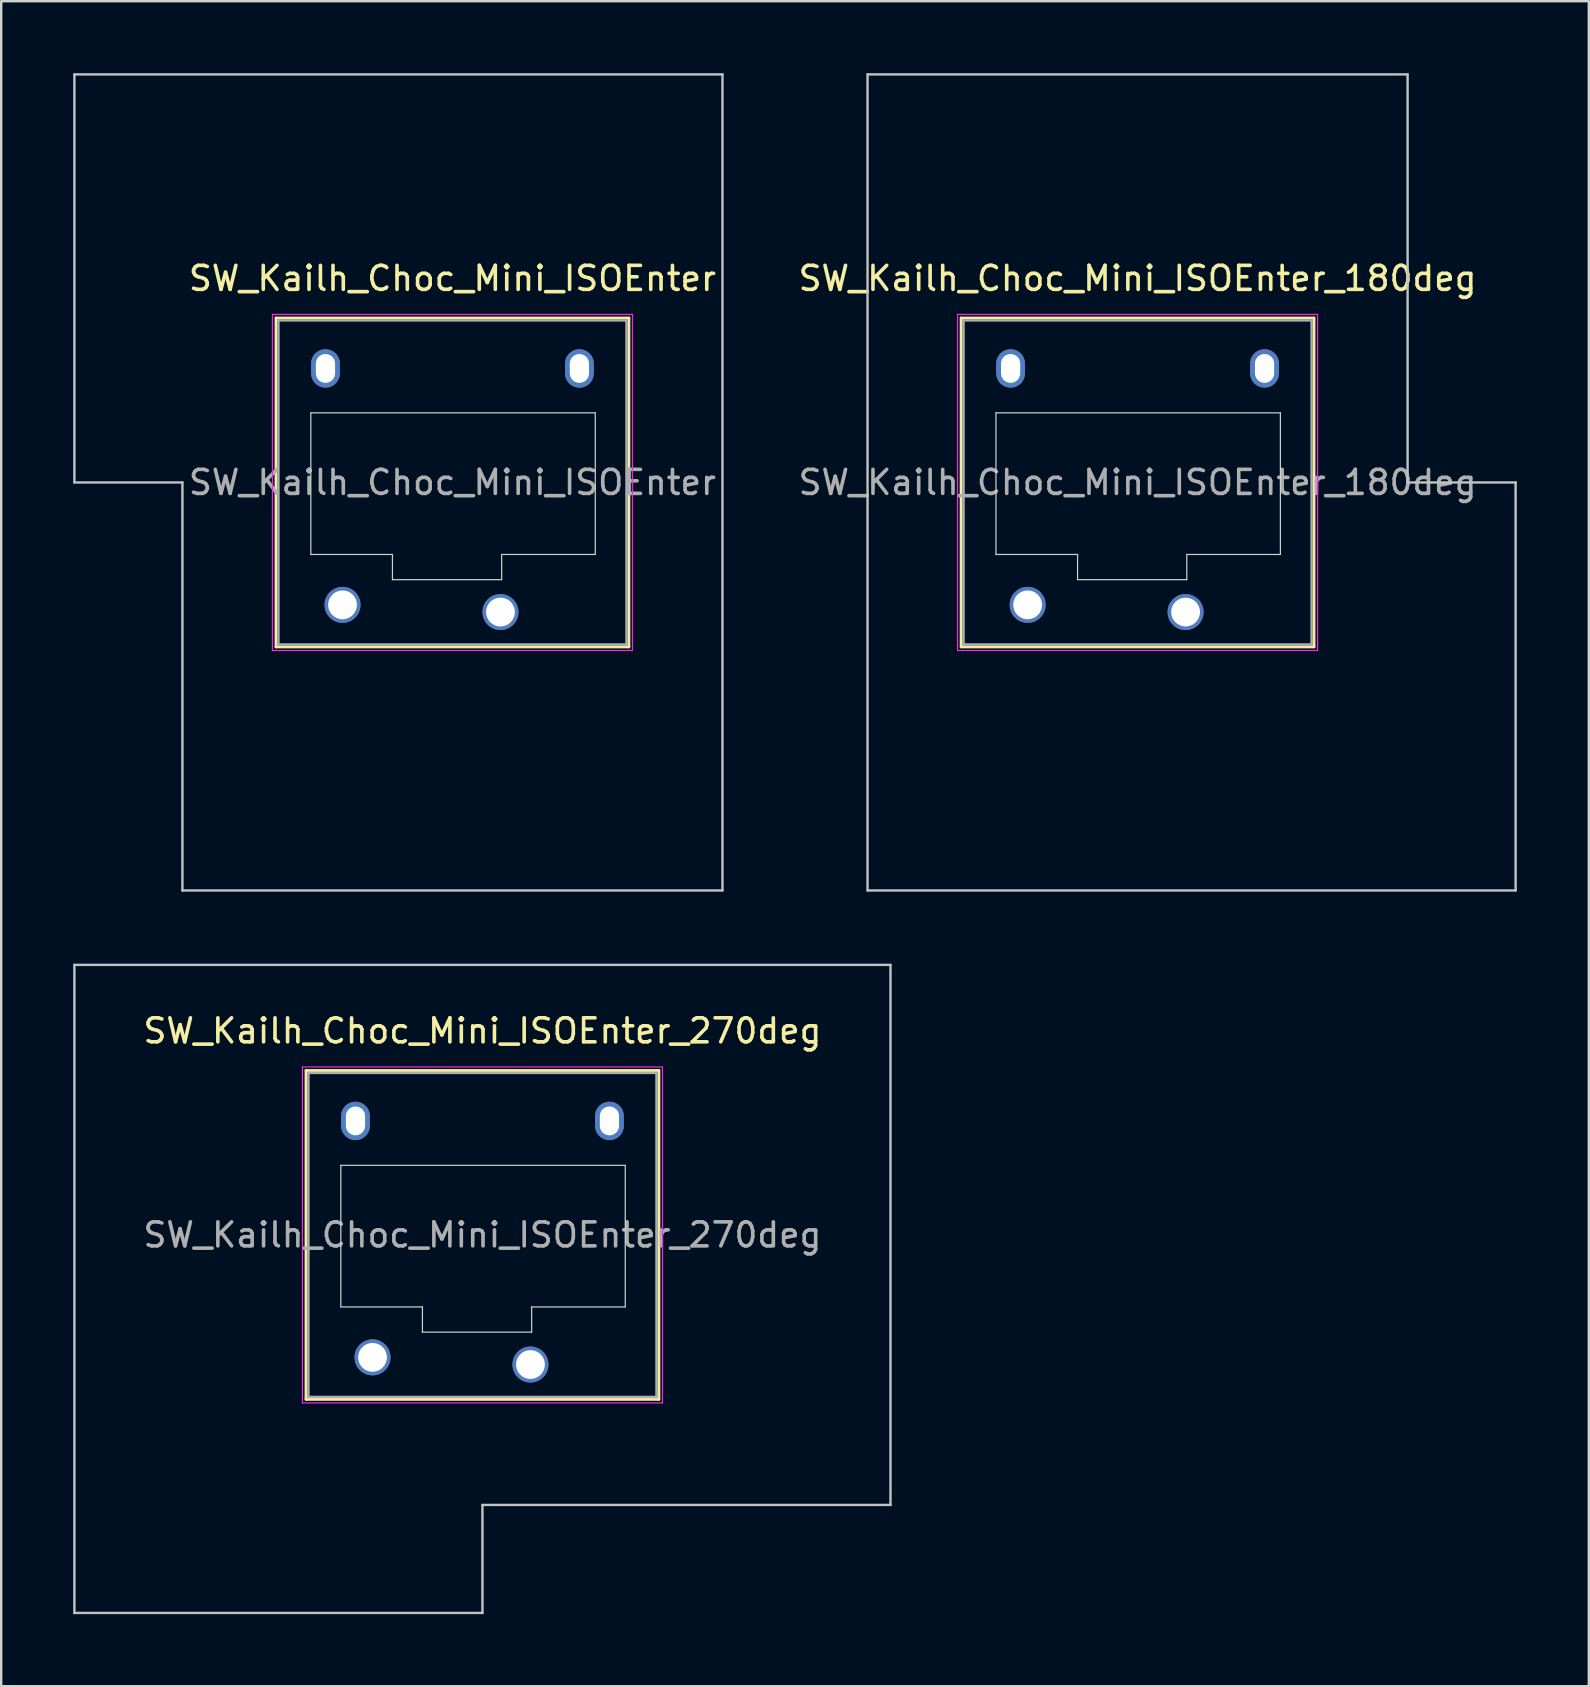
<source format=kicad_pcb>
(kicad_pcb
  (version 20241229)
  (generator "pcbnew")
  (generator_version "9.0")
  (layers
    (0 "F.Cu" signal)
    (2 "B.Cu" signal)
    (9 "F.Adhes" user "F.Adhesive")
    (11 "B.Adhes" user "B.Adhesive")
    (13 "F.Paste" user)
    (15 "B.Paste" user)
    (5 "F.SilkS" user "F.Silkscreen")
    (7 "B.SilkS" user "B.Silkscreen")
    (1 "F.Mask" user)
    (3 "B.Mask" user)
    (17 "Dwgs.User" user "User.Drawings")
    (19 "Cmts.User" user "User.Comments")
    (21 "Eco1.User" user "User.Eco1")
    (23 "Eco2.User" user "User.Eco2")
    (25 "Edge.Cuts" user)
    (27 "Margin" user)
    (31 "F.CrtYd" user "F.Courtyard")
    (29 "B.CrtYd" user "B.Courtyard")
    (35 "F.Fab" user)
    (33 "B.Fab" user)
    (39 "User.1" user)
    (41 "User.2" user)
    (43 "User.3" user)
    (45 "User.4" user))
  (footprint "SW_Kailh_Choc_Mini_ISOEnter"
    (layer "F.Cu")
    (at 15.8 17.05)
    (property "Reference" "SW_Kailh_Choc_Mini_ISOEnter" (at 0 -8.5 0) (layer "F.SilkS") (effects (font (size 1 1) (thickness 0.15))))
    (attr through_hole)
    (fp_line (start -7.35 -6.85) (end -7.35 6.85) (stroke (width 0.12) (type solid)) (layer "F.SilkS"))
    (fp_line (start -7.35 6.85) (end 7.35 6.85) (stroke (width 0.12) (type solid)) (layer "F.SilkS"))
    (fp_line (start 7.35 -6.85) (end -7.35 -6.85) (stroke (width 0.12) (type solid)) (layer "F.SilkS"))
    (fp_line (start 7.35 6.85) (end 7.35 -6.85) (stroke (width 0.12) (type solid)) (layer "F.SilkS"))
    (fp_line (start -15.75 -17) (end -15.75 0) (stroke (width 0.1) (type solid)) (layer "Dwgs.User"))
    (fp_line (start -15.75 0) (end -11.25 0) (stroke (width 0.1) (type solid)) (layer "Dwgs.User"))
    (fp_line (start -11.25 0) (end -11.25 17) (stroke (width 0.1) (type solid)) (layer "Dwgs.User"))
    (fp_line (start -11.25 17) (end 11.25 17) (stroke (width 0.1) (type solid)) (layer "Dwgs.User"))
    (fp_line (start 11.25 -17) (end -15.75 -17) (stroke (width 0.1) (type solid)) (layer "Dwgs.User"))
    (fp_line (start 11.25 17) (end 11.25 -17) (stroke (width 0.1) (type solid)) (layer "Dwgs.User"))
    (fp_line (start -6.85 -6.35) (end -6.85 6.35) (stroke (width 0.1) (type solid)) (layer "Eco1.User"))
    (fp_line (start -6.85 6.35) (end 6.85 6.35) (stroke (width 0.1) (type solid)) (layer "Eco1.User"))
    (fp_line (start 6.85 -6.35) (end -6.85 -6.35) (stroke (width 0.1) (type solid)) (layer "Eco1.User"))
    (fp_line (start 6.85 6.35) (end 6.85 -6.35) (stroke (width 0.1) (type solid)) (layer "Eco1.User"))
    (fp_line (start -5.9 -2.9) (end -5.9 3) (stroke (width 0.05) (type solid)) (layer "Edge.Cuts"))
    (fp_line (start -5.9 3) (end -2.5 3) (stroke (width 0.05) (type solid)) (layer "Edge.Cuts"))
    (fp_line (start -2.5 3) (end -2.5 4.05) (stroke (width 0.05) (type solid)) (layer "Edge.Cuts"))
    (fp_line (start -2.5 4.05) (end 2.05 4.05) (stroke (width 0.05) (type solid)) (layer "Edge.Cuts"))
    (fp_line (start 2.05 3) (end 5.95 3) (stroke (width 0.05) (type solid)) (layer "Edge.Cuts"))
    (fp_line (start 2.05 4.05) (end 2.05 3) (stroke (width 0.05) (type solid)) (layer "Edge.Cuts"))
    (fp_line (start 5.95 -2.9) (end -5.9 -2.9) (stroke (width 0.05) (type solid)) (layer "Edge.Cuts"))
    (fp_line (start 5.95 3) (end 5.95 -2.9) (stroke (width 0.05) (type solid)) (layer "Edge.Cuts"))
    (fp_line (start -7.5 -7) (end -7.5 7) (stroke (width 0.05) (type solid)) (layer "F.CrtYd"))
    (fp_line (start -7.5 7) (end 7.5 7) (stroke (width 0.05) (type solid)) (layer "F.CrtYd"))
    (fp_line (start 7.5 -7) (end -7.5 -7) (stroke (width 0.05) (type solid)) (layer "F.CrtYd"))
    (fp_line (start 7.5 7) (end 7.5 -7) (stroke (width 0.05) (type solid)) (layer "F.CrtYd"))
    (fp_line (start -7.25 -6.75) (end -7.25 6.75) (stroke (width 0.1) (type solid)) (layer "F.Fab"))
    (fp_line (start -7.25 6.75) (end 7.25 6.75) (stroke (width 0.1) (type solid)) (layer "F.Fab"))
    (fp_line (start 7.25 -6.75) (end -7.25 -6.75) (stroke (width 0.1) (type solid)) (layer "F.Fab"))
    (fp_line (start 7.25 6.75) (end 7.25 -6.75) (stroke (width 0.1) (type solid)) (layer "F.Fab"))
    (fp_text user "${REFERENCE}" (at 0 0 0) (layer "F.Fab") (effects (font (size 1 1) (thickness 0.15))))
    (pad "" np_thru_hole oval (at -5.29 -4.75) (size 1.2 1.6) (drill oval 0.8 1.2) (layers "*.Cu" "*.Mask"))
    (pad "" smd circle (at -4.58 5.1) (size 1.25 1.25) (layers "F.Mask"))
    (pad "" smd circle (at 2 5.4) (size 1.25 1.25) (layers "F.Mask"))
    (pad "" np_thru_hole oval (at 5.29 -4.75) (size 1.2 1.6) (drill oval 0.8 1.2) (layers "*.Cu" "*.Mask"))
    (pad "1" thru_hole circle (at 2 5.4) (size 1.5 1.5) (drill 1.2) (layers "*.Cu" "B.Mask"))
    (pad "2" thru_hole circle (at -4.58 5.1) (size 1.5 1.5) (drill 1.2) (layers "*.Cu" "B.Mask")))
  (footprint "SW_Kailh_Choc_Mini_ISOEnter_180deg"
    (layer "F.Cu")
    (at 44.344 17.05)
    (property "Reference" "SW_Kailh_Choc_Mini_ISOEnter_180deg" (at 0 -8.5 0) (layer "F.SilkS") (effects (font (size 1 1) (thickness 0.15))))
    (attr through_hole)
    (fp_line (start -7.35 -6.85) (end -7.35 6.85) (stroke (width 0.12) (type solid)) (layer "F.SilkS"))
    (fp_line (start -7.35 6.85) (end 7.35 6.85) (stroke (width 0.12) (type solid)) (layer "F.SilkS"))
    (fp_line (start 7.35 -6.85) (end -7.35 -6.85) (stroke (width 0.12) (type solid)) (layer "F.SilkS"))
    (fp_line (start 7.35 6.85) (end 7.35 -6.85) (stroke (width 0.12) (type solid)) (layer "F.SilkS"))
    (fp_line (start -11.25 -17) (end -11.25 17) (stroke (width 0.1) (type solid)) (layer "Dwgs.User"))
    (fp_line (start -11.25 17) (end 15.75 17) (stroke (width 0.1) (type solid)) (layer "Dwgs.User"))
    (fp_line (start 11.25 -17) (end -11.25 -17) (stroke (width 0.1) (type solid)) (layer "Dwgs.User"))
    (fp_line (start 11.25 0) (end 11.25 -17) (stroke (width 0.1) (type solid)) (layer "Dwgs.User"))
    (fp_line (start 15.75 0) (end 11.25 0) (stroke (width 0.1) (type solid)) (layer "Dwgs.User"))
    (fp_line (start 15.75 17) (end 15.75 0) (stroke (width 0.1) (type solid)) (layer "Dwgs.User"))
    (fp_line (start -6.85 -6.35) (end -6.85 6.35) (stroke (width 0.1) (type solid)) (layer "Eco1.User"))
    (fp_line (start -6.85 6.35) (end 6.85 6.35) (stroke (width 0.1) (type solid)) (layer "Eco1.User"))
    (fp_line (start 6.85 -6.35) (end -6.85 -6.35) (stroke (width 0.1) (type solid)) (layer "Eco1.User"))
    (fp_line (start 6.85 6.35) (end 6.85 -6.35) (stroke (width 0.1) (type solid)) (layer "Eco1.User"))
    (fp_line (start -5.9 -2.9) (end -5.9 3) (stroke (width 0.05) (type solid)) (layer "Edge.Cuts"))
    (fp_line (start -5.9 3) (end -2.5 3) (stroke (width 0.05) (type solid)) (layer "Edge.Cuts"))
    (fp_line (start -2.5 3) (end -2.5 4.05) (stroke (width 0.05) (type solid)) (layer "Edge.Cuts"))
    (fp_line (start -2.5 4.05) (end 2.05 4.05) (stroke (width 0.05) (type solid)) (layer "Edge.Cuts"))
    (fp_line (start 2.05 3) (end 5.95 3) (stroke (width 0.05) (type solid)) (layer "Edge.Cuts"))
    (fp_line (start 2.05 4.05) (end 2.05 3) (stroke (width 0.05) (type solid)) (layer "Edge.Cuts"))
    (fp_line (start 5.95 -2.9) (end -5.9 -2.9) (stroke (width 0.05) (type solid)) (layer "Edge.Cuts"))
    (fp_line (start 5.95 3) (end 5.95 -2.9) (stroke (width 0.05) (type solid)) (layer "Edge.Cuts"))
    (fp_line (start -7.5 -7) (end -7.5 7) (stroke (width 0.05) (type solid)) (layer "F.CrtYd"))
    (fp_line (start -7.5 7) (end 7.5 7) (stroke (width 0.05) (type solid)) (layer "F.CrtYd"))
    (fp_line (start 7.5 -7) (end -7.5 -7) (stroke (width 0.05) (type solid)) (layer "F.CrtYd"))
    (fp_line (start 7.5 7) (end 7.5 -7) (stroke (width 0.05) (type solid)) (layer "F.CrtYd"))
    (fp_line (start -7.25 -6.75) (end -7.25 6.75) (stroke (width 0.1) (type solid)) (layer "F.Fab"))
    (fp_line (start -7.25 6.75) (end 7.25 6.75) (stroke (width 0.1) (type solid)) (layer "F.Fab"))
    (fp_line (start 7.25 -6.75) (end -7.25 -6.75) (stroke (width 0.1) (type solid)) (layer "F.Fab"))
    (fp_line (start 7.25 6.75) (end 7.25 -6.75) (stroke (width 0.1) (type solid)) (layer "F.Fab"))
    (fp_text user "${REFERENCE}" (at 0 0 0) (layer "F.Fab") (effects (font (size 1 1) (thickness 0.15))))
    (pad "" np_thru_hole oval (at -5.29 -4.75) (size 1.2 1.6) (drill oval 0.8 1.2) (layers "*.Cu" "*.Mask"))
    (pad "" smd circle (at -4.58 5.1) (size 1.25 1.25) (layers "F.Mask"))
    (pad "" smd circle (at 2 5.4) (size 1.25 1.25) (layers "F.Mask"))
    (pad "" np_thru_hole oval (at 5.29 -4.75) (size 1.2 1.6) (drill oval 0.8 1.2) (layers "*.Cu" "*.Mask"))
    (pad "1" thru_hole circle (at 2 5.4) (size 1.5 1.5) (drill 1.2) (layers "*.Cu" "B.Mask"))
    (pad "2" thru_hole circle (at -4.58 5.1) (size 1.5 1.5) (drill 1.2) (layers "*.Cu" "B.Mask")))
  (footprint "SW_Kailh_Choc_Mini_ISOEnter_270deg"
    (layer "F.Cu")
    (at 17.05 48.4)
    (property "Reference" "SW_Kailh_Choc_Mini_ISOEnter_270deg" (at 0 -8.5 0) (layer "F.SilkS") (effects (font (size 1 1) (thickness 0.15))))
    (attr through_hole)
    (fp_line (start -7.35 -6.85) (end -7.35 6.85) (stroke (width 0.12) (type solid)) (layer "F.SilkS"))
    (fp_line (start -7.35 6.85) (end 7.35 6.85) (stroke (width 0.12) (type solid)) (layer "F.SilkS"))
    (fp_line (start 7.35 -6.85) (end -7.35 -6.85) (stroke (width 0.12) (type solid)) (layer "F.SilkS"))
    (fp_line (start 7.35 6.85) (end 7.35 -6.85) (stroke (width 0.12) (type solid)) (layer "F.SilkS"))
    (fp_line (start -17 -11.25) (end -17 15.75) (stroke (width 0.1) (type solid)) (layer "Dwgs.User"))
    (fp_line (start -17 15.75) (end 0 15.75) (stroke (width 0.1) (type solid)) (layer "Dwgs.User"))
    (fp_line (start 0 11.25) (end 17 11.25) (stroke (width 0.1) (type solid)) (layer "Dwgs.User"))
    (fp_line (start 0 15.75) (end 0 11.25) (stroke (width 0.1) (type solid)) (layer "Dwgs.User"))
    (fp_line (start 17 -11.25) (end -17 -11.25) (stroke (width 0.1) (type solid)) (layer "Dwgs.User"))
    (fp_line (start 17 11.25) (end 17 -11.25) (stroke (width 0.1) (type solid)) (layer "Dwgs.User"))
    (fp_line (start -6.85 -6.35) (end -6.85 6.35) (stroke (width 0.1) (type solid)) (layer "Eco1.User"))
    (fp_line (start -6.85 6.35) (end 6.85 6.35) (stroke (width 0.1) (type solid)) (layer "Eco1.User"))
    (fp_line (start 6.85 -6.35) (end -6.85 -6.35) (stroke (width 0.1) (type solid)) (layer "Eco1.User"))
    (fp_line (start 6.85 6.35) (end 6.85 -6.35) (stroke (width 0.1) (type solid)) (layer "Eco1.User"))
    (fp_line (start -5.9 -2.9) (end -5.9 3) (stroke (width 0.05) (type solid)) (layer "Edge.Cuts"))
    (fp_line (start -5.9 3) (end -2.5 3) (stroke (width 0.05) (type solid)) (layer "Edge.Cuts"))
    (fp_line (start -2.5 3) (end -2.5 4.05) (stroke (width 0.05) (type solid)) (layer "Edge.Cuts"))
    (fp_line (start -2.5 4.05) (end 2.05 4.05) (stroke (width 0.05) (type solid)) (layer "Edge.Cuts"))
    (fp_line (start 2.05 3) (end 5.95 3) (stroke (width 0.05) (type solid)) (layer "Edge.Cuts"))
    (fp_line (start 2.05 4.05) (end 2.05 3) (stroke (width 0.05) (type solid)) (layer "Edge.Cuts"))
    (fp_line (start 5.95 -2.9) (end -5.9 -2.9) (stroke (width 0.05) (type solid)) (layer "Edge.Cuts"))
    (fp_line (start 5.95 3) (end 5.95 -2.9) (stroke (width 0.05) (type solid)) (layer "Edge.Cuts"))
    (fp_line (start -7.5 -7) (end -7.5 7) (stroke (width 0.05) (type solid)) (layer "F.CrtYd"))
    (fp_line (start -7.5 7) (end 7.5 7) (stroke (width 0.05) (type solid)) (layer "F.CrtYd"))
    (fp_line (start 7.5 -7) (end -7.5 -7) (stroke (width 0.05) (type solid)) (layer "F.CrtYd"))
    (fp_line (start 7.5 7) (end 7.5 -7) (stroke (width 0.05) (type solid)) (layer "F.CrtYd"))
    (fp_line (start -7.25 -6.75) (end -7.25 6.75) (stroke (width 0.1) (type solid)) (layer "F.Fab"))
    (fp_line (start -7.25 6.75) (end 7.25 6.75) (stroke (width 0.1) (type solid)) (layer "F.Fab"))
    (fp_line (start 7.25 -6.75) (end -7.25 -6.75) (stroke (width 0.1) (type solid)) (layer "F.Fab"))
    (fp_line (start 7.25 6.75) (end 7.25 -6.75) (stroke (width 0.1) (type solid)) (layer "F.Fab"))
    (fp_text user "${REFERENCE}" (at 0 0 0) (layer "F.Fab") (effects (font (size 1 1) (thickness 0.15))))
    (pad "" np_thru_hole oval (at -5.29 -4.75) (size 1.2 1.6) (drill oval 0.8 1.2) (layers "*.Cu" "*.Mask"))
    (pad "" smd circle (at -4.58 5.1) (size 1.25 1.25) (layers "F.Mask"))
    (pad "" smd circle (at 2 5.4) (size 1.25 1.25) (layers "F.Mask"))
    (pad "" np_thru_hole oval (at 5.29 -4.75) (size 1.2 1.6) (drill oval 0.8 1.2) (layers "*.Cu" "*.Mask"))
    (pad "1" thru_hole circle (at 2 5.4) (size 1.5 1.5) (drill 1.2) (layers "*.Cu" "B.Mask"))
    (pad "2" thru_hole circle (at -4.58 5.1) (size 1.5 1.5) (drill 1.2) (layers "*.Cu" "B.Mask")))
  (gr_rect
    (start -3 -3)
    (end 63.144 67.2)
    (stroke (width 0.1) (type default))
    (fill no)
    (layer "Edge.Cuts")))
</source>
